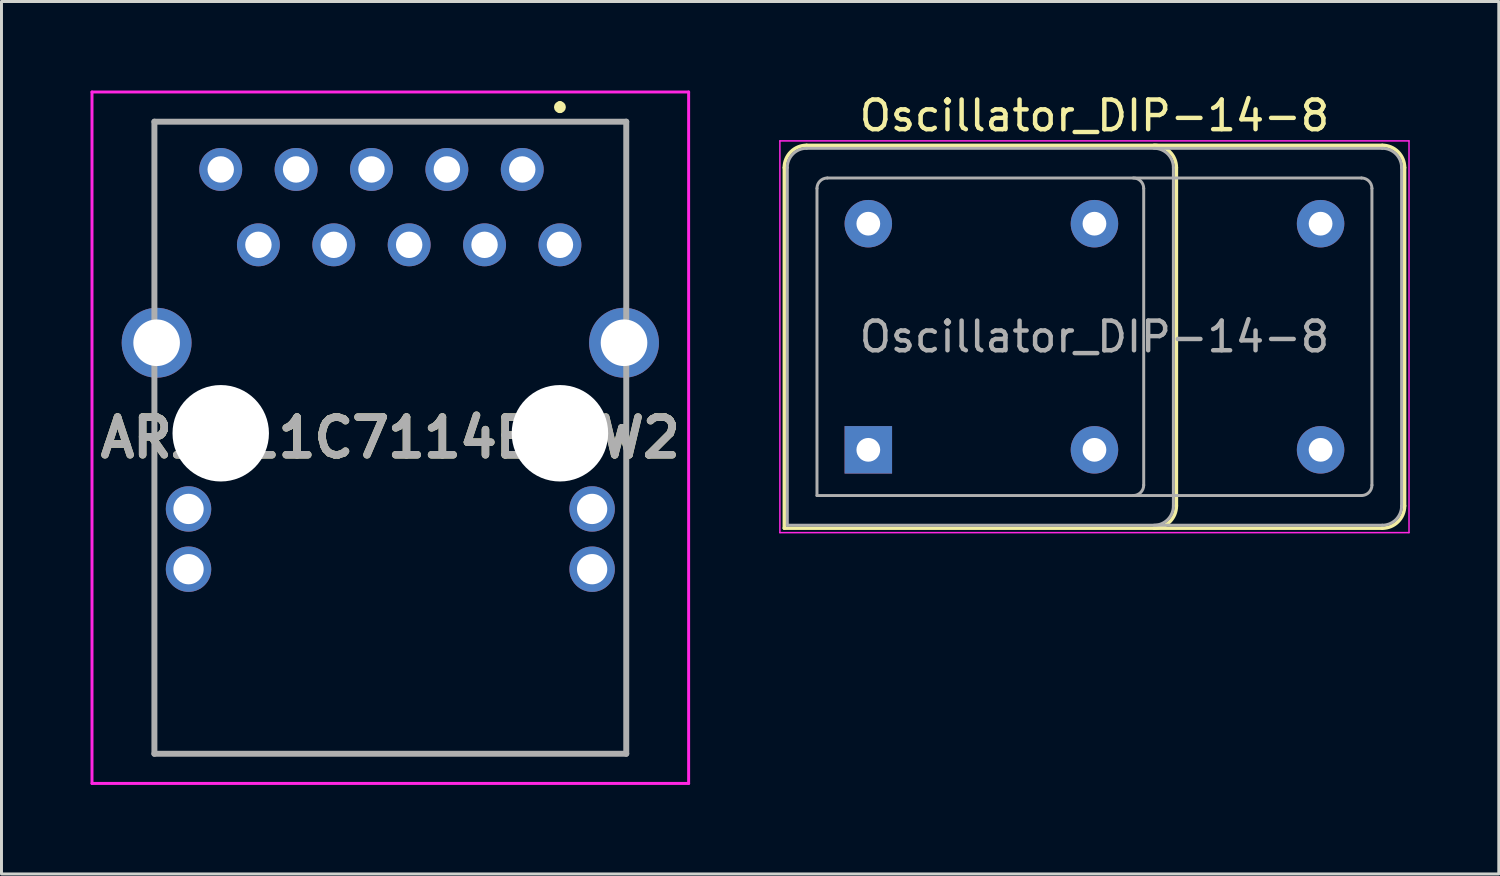
<source format=kicad_pcb>
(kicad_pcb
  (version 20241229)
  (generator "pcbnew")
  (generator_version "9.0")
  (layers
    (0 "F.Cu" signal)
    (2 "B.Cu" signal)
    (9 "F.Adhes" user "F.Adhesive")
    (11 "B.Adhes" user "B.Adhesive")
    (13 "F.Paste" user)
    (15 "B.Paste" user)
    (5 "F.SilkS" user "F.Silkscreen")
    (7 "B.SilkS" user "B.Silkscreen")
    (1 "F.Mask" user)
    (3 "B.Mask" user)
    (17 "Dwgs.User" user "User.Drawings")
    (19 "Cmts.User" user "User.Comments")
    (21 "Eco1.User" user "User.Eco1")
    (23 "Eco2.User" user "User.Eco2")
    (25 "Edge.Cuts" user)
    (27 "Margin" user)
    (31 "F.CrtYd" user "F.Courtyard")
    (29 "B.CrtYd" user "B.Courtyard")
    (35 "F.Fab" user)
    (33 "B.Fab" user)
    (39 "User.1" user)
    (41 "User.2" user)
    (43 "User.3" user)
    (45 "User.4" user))
  (footprint "ARJM11C7114BAEW2"
    (layer "F.Cu")
    (at 15.818 2.66)
    (property "Reference" "ARJM11C7114BAEW2" (at -5.715 9.04 0) (layer "F.SilkS") (effects (font (size 1.27 1.27) (thickness 0.254))))
    (attr through_hole)
    (fp_line (start -13.665 -1.61) (end 2.16 -1.61) (stroke (width 0.1) (type solid)) (layer "F.SilkS"))
    (fp_line (start -13.665 -1.5) (end -13.665 -1.61) (stroke (width 0.1) (type solid)) (layer "F.SilkS"))
    (fp_line (start -13.665 4) (end -13.665 -1.5) (stroke (width 0.1) (type solid)) (layer "F.SilkS"))
    (fp_line (start -13.665 7.5) (end -13.665 19.69) (stroke (width 0.1) (type solid)) (layer "F.SilkS"))
    (fp_line (start -13.665 19.69) (end 2.235 19.69) (stroke (width 0.1) (type solid)) (layer "F.SilkS"))
    (fp_line (start 0 -2.2) (end 0 -2.2) (stroke (width 0.2) (type solid)) (layer "F.SilkS"))
    (fp_line (start 0 -2) (end 0 -2) (stroke (width 0.2) (type solid)) (layer "F.SilkS"))
    (fp_line (start 2.16 -1.61) (end 2.235 -1.61) (stroke (width 0.1) (type solid)) (layer "F.SilkS"))
    (fp_line (start 2.235 -1.61) (end 2.235 4) (stroke (width 0.1) (type solid)) (layer "F.SilkS"))
    (fp_line (start 2.235 19.69) (end 2.235 7.5) (stroke (width 0.1) (type solid)) (layer "F.SilkS"))
    (fp_arc (start 0 -2.2) (mid 0.1 -2.1) (end 0 -2) (stroke (width 0.2) (type solid)) (layer "F.SilkS"))
    (fp_arc (start 0 -2) (mid -0.1 -2.1) (end 0 -2.2) (stroke (width 0.2) (type solid)) (layer "F.SilkS"))
    (fp_line (start -15.768 -2.61) (end 4.337 -2.61) (stroke (width 0.1) (type solid)) (layer "F.CrtYd"))
    (fp_line (start -15.768 20.69) (end -15.768 -2.61) (stroke (width 0.1) (type solid)) (layer "F.CrtYd"))
    (fp_line (start 4.337 -2.61) (end 4.337 20.69) (stroke (width 0.1) (type solid)) (layer "F.CrtYd"))
    (fp_line (start 4.337 20.69) (end -15.768 20.69) (stroke (width 0.1) (type solid)) (layer "F.CrtYd"))
    (fp_line (start -13.665 -1.61) (end 2.235 -1.61) (stroke (width 0.2) (type solid)) (layer "F.Fab"))
    (fp_line (start -13.665 19.69) (end -13.665 -1.61) (stroke (width 0.2) (type solid)) (layer "F.Fab"))
    (fp_line (start 2.235 -1.61) (end 2.235 19.69) (stroke (width 0.2) (type solid)) (layer "F.Fab"))
    (fp_line (start 2.235 19.69) (end -13.665 19.69) (stroke (width 0.2) (type solid)) (layer "F.Fab"))
    (fp_text user "${REFERENCE}" (at -5.715 9.04 0) (layer "F.Fab") (effects (font (size 1.27 1.27) (thickness 0.254))))
    (pad "" np_thru_hole circle (at -11.43 8.89) (size 3.25 3.25) (drill 3.25) (layers "*.Cu" "*.Mask"))
    (pad "" np_thru_hole circle (at 0 8.89) (size 3.25 3.25) (drill 3.25) (layers "*.Cu" "*.Mask"))
    (pad "1" thru_hole circle (at 0 2.54) (size 1.446 1.446) (drill 0.89) (layers "*.Cu" "*.Mask"))
    (pad "2" thru_hole circle (at -1.27 0) (size 1.446 1.446) (drill 0.89) (layers "*.Cu" "*.Mask"))
    (pad "3" thru_hole circle (at -2.54 2.54) (size 1.446 1.446) (drill 0.89) (layers "*.Cu" "*.Mask"))
    (pad "4" thru_hole circle (at -3.81 0) (size 1.446 1.446) (drill 0.89) (layers "*.Cu" "*.Mask"))
    (pad "5" thru_hole circle (at -5.08 2.54) (size 1.446 1.446) (drill 0.89) (layers "*.Cu" "*.Mask"))
    (pad "6" thru_hole circle (at -6.35 0) (size 1.446 1.446) (drill 0.89) (layers "*.Cu" "*.Mask"))
    (pad "7" thru_hole circle (at -7.62 2.54) (size 1.446 1.446) (drill 0.89) (layers "*.Cu" "*.Mask"))
    (pad "8" thru_hole circle (at -8.89 0) (size 1.446 1.446) (drill 0.89) (layers "*.Cu" "*.Mask"))
    (pad "9" thru_hole circle (at -10.16 2.54) (size 1.446 1.446) (drill 0.89) (layers "*.Cu" "*.Mask"))
    (pad "10" thru_hole circle (at -11.43 0) (size 1.446 1.446) (drill 0.89) (layers "*.Cu" "*.Mask"))
    (pad "L1" thru_hole circle (at -12.515 11.44) (size 1.53 1.53) (drill 1.02) (layers "*.Cu" "*.Mask"))
    (pad "L2" thru_hole circle (at -12.515 13.47) (size 1.53 1.53) (drill 1.02) (layers "*.Cu" "*.Mask"))
    (pad "L3" thru_hole circle (at 1.085 11.44) (size 1.53 1.53) (drill 1.02) (layers "*.Cu" "*.Mask"))
    (pad "L4" thru_hole circle (at 1.085 13.47) (size 1.53 1.53) (drill 1.02) (layers "*.Cu" "*.Mask"))
    (pad "S" thru_hole circle (at -13.59 5.84) (size 2.355 2.355) (drill 1.57) (layers "*.Cu" "*.Mask"))
    (pad "S" thru_hole circle (at 2.16 5.84) (size 2.355 2.355) (drill 1.57) (layers "*.Cu" "*.Mask")))
  (footprint "Oscillator_DIP-14-8"
    (layer "F.Cu")
    (at 26.21 12.108)
    (property "Reference" "Oscillator_DIP-14-8" (at 7.62 -11.26 0) (layer "F.SilkS") (effects (font (size 1 1) (thickness 0.15))))
    (attr through_hole)
    (fp_line (start -2.83 -9.51) (end -2.83 2.64) (stroke (width 0.12) (type solid)) (layer "F.SilkS"))
    (fp_line (start -2.83 2.64) (end 17.32 2.64) (stroke (width 0.12) (type solid)) (layer "F.SilkS"))
    (fp_line (start 10.38 1.89) (end 10.38 -9.51) (stroke (width 0.12) (type solid)) (layer "F.SilkS"))
    (fp_line (start 17.32 -10.26) (end -2.08 -10.26) (stroke (width 0.12) (type solid)) (layer "F.SilkS"))
    (fp_line (start 18.07 1.89) (end 18.07 -9.51) (stroke (width 0.12) (type solid)) (layer "F.SilkS"))
    (fp_arc (start -2.83 -9.51) (mid -2.61033 -10.04033) (end -2.08 -10.26) (stroke (width 0.12) (type solid)) (layer "F.SilkS"))
    (fp_arc (start 9.62967 -10.26) (mid 10.16 -10.04033) (end 10.37967 -9.51) (stroke (width 0.12) (type solid)) (layer "F.SilkS"))
    (fp_arc (start 10.37967 1.89) (mid 10.16 2.42033) (end 9.62967 2.64) (stroke (width 0.12) (type solid)) (layer "F.SilkS"))
    (fp_arc (start 17.32 -10.26) (mid 17.85033 -10.04033) (end 18.07 -9.51) (stroke (width 0.12) (type solid)) (layer "F.SilkS"))
    (fp_arc (start 18.07 1.89) (mid 17.85033 2.42033) (end 17.32 2.64) (stroke (width 0.12) (type solid)) (layer "F.SilkS"))
    (fp_line (start -2.98 -10.41) (end -2.98 2.79) (stroke (width 0.05) (type solid)) (layer "F.CrtYd"))
    (fp_line (start -2.98 2.79) (end 18.22 2.79) (stroke (width 0.05) (type solid)) (layer "F.CrtYd"))
    (fp_line (start 18.22 -10.41) (end -2.98 -10.41) (stroke (width 0.05) (type solid)) (layer "F.CrtYd"))
    (fp_line (start 18.22 2.79) (end 18.22 -10.41) (stroke (width 0.05) (type solid)) (layer "F.CrtYd"))
    (fp_line (start -2.73 2.54) (end -2.73 -9.51) (stroke (width 0.1) (type solid)) (layer "F.Fab"))
    (fp_line (start -2.73 2.54) (end 17.32 2.54) (stroke (width 0.1) (type solid)) (layer "F.Fab"))
    (fp_line (start -2.08 -10.16) (end 17.32 -10.16) (stroke (width 0.1) (type solid)) (layer "F.Fab"))
    (fp_line (start -1.73 1.54) (end -1.73 -8.81) (stroke (width 0.1) (type solid)) (layer "F.Fab"))
    (fp_line (start -1.73 1.54) (end 16.62 1.54) (stroke (width 0.1) (type solid)) (layer "F.Fab"))
    (fp_line (start -1.38 -9.16) (end 16.62 -9.16) (stroke (width 0.1) (type solid)) (layer "F.Fab"))
    (fp_line (start 9.28 1.19) (end 9.28 -8.81) (stroke (width 0.1) (type solid)) (layer "F.Fab"))
    (fp_line (start 10.28 -9.51) (end 10.28 1.89) (stroke (width 0.1) (type solid)) (layer "F.Fab"))
    (fp_line (start 16.97 1.19) (end 16.97 -8.81) (stroke (width 0.1) (type solid)) (layer "F.Fab"))
    (fp_line (start 17.97 -9.51) (end 17.97 1.89) (stroke (width 0.1) (type solid)) (layer "F.Fab"))
    (fp_arc (start -2.73 -9.51) (mid -2.539619 -9.969619) (end -2.08 -10.16) (stroke (width 0.1) (type solid)) (layer "F.Fab"))
    (fp_arc (start -1.73 -8.81) (mid -1.627487 -9.057487) (end -1.38 -9.16) (stroke (width 0.1) (type solid)) (layer "F.Fab"))
    (fp_arc (start 8.92967 -9.16) (mid 9.177157 -9.057487) (end 9.27967 -8.81) (stroke (width 0.1) (type solid)) (layer "F.Fab"))
    (fp_arc (start 9.27967 1.19) (mid 9.177157 1.437487) (end 8.92967 1.54) (stroke (width 0.1) (type solid)) (layer "F.Fab"))
    (fp_arc (start 9.62967 -10.16) (mid 10.089289 -9.969619) (end 10.27967 -9.51) (stroke (width 0.1) (type solid)) (layer "F.Fab"))
    (fp_arc (start 10.27967 1.89) (mid 10.089289 2.349619) (end 9.62967 2.54) (stroke (width 0.1) (type solid)) (layer "F.Fab"))
    (fp_arc (start 16.62 -9.16) (mid 16.867487 -9.057487) (end 16.97 -8.81) (stroke (width 0.1) (type solid)) (layer "F.Fab"))
    (fp_arc (start 16.97 1.19) (mid 16.867487 1.437487) (end 16.62 1.54) (stroke (width 0.1) (type solid)) (layer "F.Fab"))
    (fp_arc (start 17.32 -10.16) (mid 17.779619 -9.969619) (end 17.97 -9.51) (stroke (width 0.1) (type solid)) (layer "F.Fab"))
    (fp_arc (start 17.97 1.89) (mid 17.779619 2.349619) (end 17.32 2.54) (stroke (width 0.1) (type solid)) (layer "F.Fab"))
    (fp_text user "${REFERENCE}" (at 7.62 -3.81 0) (layer "F.Fab") (effects (font (size 1 1) (thickness 0.15))))
    (pad "1" thru_hole rect (at 0 0) (size 1.6 1.6) (drill 0.8) (layers "*.Cu" "*.Mask"))
    (pad "7" thru_hole circle (at 7.62 0) (size 1.6 1.6) (drill 0.8) (layers "*.Cu" "*.Mask"))
    (pad "7" thru_hole circle (at 15.24 0) (size 1.6 1.6) (drill 0.8) (layers "*.Cu" "*.Mask"))
    (pad "8" thru_hole circle (at 7.62 -7.62) (size 1.6 1.6) (drill 0.8) (layers "*.Cu" "*.Mask"))
    (pad "8" thru_hole circle (at 15.24 -7.62) (size 1.6 1.6) (drill 0.8) (layers "*.Cu" "*.Mask"))
    (pad "14" thru_hole circle (at 0 -7.62) (size 1.6 1.6) (drill 0.8) (layers "*.Cu" "*.Mask")))
  (gr_rect
    (start -3 -3)
    (end 47.455 26.4)
    (stroke (width 0.1) (type default))
    (fill no)
    (layer "Edge.Cuts")))
</source>
